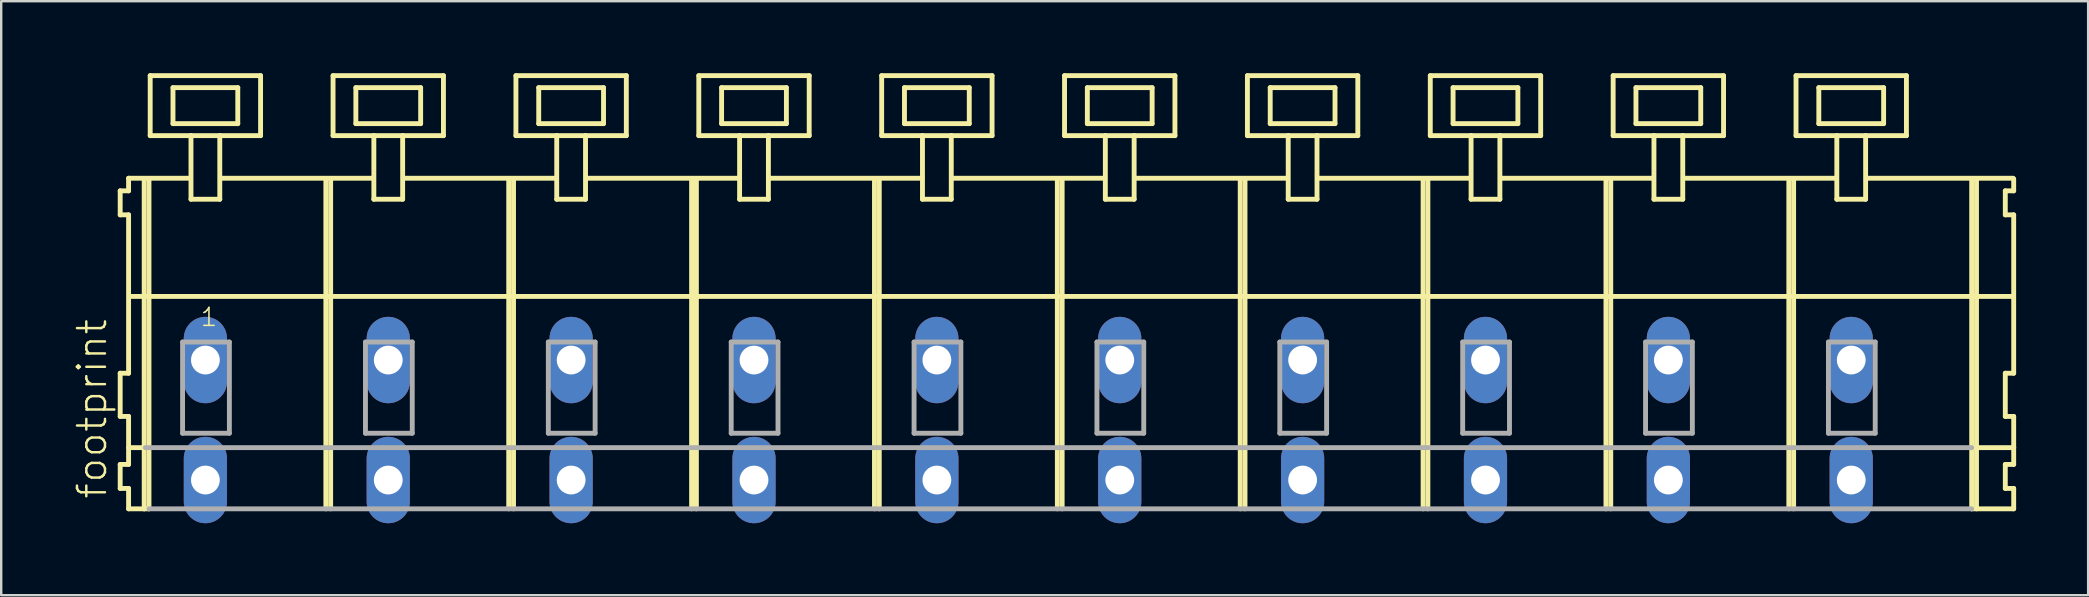
<source format=kicad_pcb>
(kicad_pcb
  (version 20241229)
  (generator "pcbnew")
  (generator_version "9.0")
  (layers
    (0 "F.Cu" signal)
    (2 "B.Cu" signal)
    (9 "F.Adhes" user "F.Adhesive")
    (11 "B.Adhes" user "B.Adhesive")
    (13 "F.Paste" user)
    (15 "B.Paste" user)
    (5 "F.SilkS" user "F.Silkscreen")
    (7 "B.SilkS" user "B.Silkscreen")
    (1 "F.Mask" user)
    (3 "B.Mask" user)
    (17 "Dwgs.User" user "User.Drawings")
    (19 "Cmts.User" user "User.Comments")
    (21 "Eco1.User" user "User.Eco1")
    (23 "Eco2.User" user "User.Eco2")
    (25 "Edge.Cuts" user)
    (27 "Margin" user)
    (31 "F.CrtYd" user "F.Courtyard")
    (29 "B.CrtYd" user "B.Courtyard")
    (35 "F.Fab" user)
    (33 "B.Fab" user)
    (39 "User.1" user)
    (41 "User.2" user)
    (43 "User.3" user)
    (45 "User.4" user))
  (footprint "footprint"
    (layer "F.Cu")
    (at 41.068 11.952)
    (property "Reference" "footprint" (at -39.595 5.855 90) (layer "F.SilkS") (effects (font (size 1.168 1.168) (thickness 0.102)) (justify left bottom)))
    (fp_line (start -39.11 -7.05) (end -39.11 -6.05) (stroke (width 0.203) (type solid)) (layer "F.SilkS"))
    (fp_line (start -39.11 -6.05) (end -38.76 -6.05) (stroke (width 0.203) (type solid)) (layer "F.SilkS"))
    (fp_line (start -39.11 0.55) (end -39.11 2.35) (stroke (width 0.203) (type solid)) (layer "F.SilkS"))
    (fp_line (start -39.11 2.35) (end -38.76 2.35) (stroke (width 0.203) (type solid)) (layer "F.SilkS"))
    (fp_line (start -39.11 4.35) (end -39.11 5.35) (stroke (width 0.203) (type solid)) (layer "F.SilkS"))
    (fp_line (start -39.11 5.35) (end -38.76 5.35) (stroke (width 0.203) (type solid)) (layer "F.SilkS"))
    (fp_line (start -38.76 -7.575) (end -38.76 -7.05) (stroke (width 0.203) (type solid)) (layer "F.SilkS"))
    (fp_line (start -38.76 -7.575) (end -36.185 -7.575) (stroke (width 0.203) (type solid)) (layer "F.SilkS"))
    (fp_line (start -38.76 -7.05) (end -39.11 -7.05) (stroke (width 0.203) (type solid)) (layer "F.SilkS"))
    (fp_line (start -38.76 -6.05) (end -38.76 0.55) (stroke (width 0.203) (type solid)) (layer "F.SilkS"))
    (fp_line (start -38.76 0.55) (end -39.11 0.55) (stroke (width 0.203) (type solid)) (layer "F.SilkS"))
    (fp_line (start -38.76 2.35) (end -38.76 4.35) (stroke (width 0.203) (type solid)) (layer "F.SilkS"))
    (fp_line (start -38.76 3.65) (end -38.06 3.65) (stroke (width 0.203) (type solid)) (layer "F.SilkS"))
    (fp_line (start -38.76 4.35) (end -39.11 4.35) (stroke (width 0.203) (type solid)) (layer "F.SilkS"))
    (fp_line (start -38.76 5.35) (end -38.76 6.2) (stroke (width 0.203) (type solid)) (layer "F.SilkS"))
    (fp_line (start -38.76 6.2) (end -38.11 6.2) (stroke (width 0.203) (type solid)) (layer "F.SilkS"))
    (fp_line (start -38.71 -2.65) (end 39.74 -2.65) (stroke (width 0.203) (type solid)) (layer "F.SilkS"))
    (fp_line (start -38.11 -7.55) (end -38.11 6.2) (stroke (width 0.203) (type solid)) (layer "F.SilkS"))
    (fp_line (start -38.11 6.2) (end -37.91 6.2) (stroke (width 0.203) (type solid)) (layer "F.SilkS"))
    (fp_line (start -37.91 -7.55) (end -37.91 6.2) (stroke (width 0.203) (type solid)) (layer "F.SilkS"))
    (fp_line (start -37.86 -11.85) (end -37.86 -9.35) (stroke (width 0.203) (type solid)) (layer "F.SilkS"))
    (fp_line (start -37.86 -9.35) (end -36.16 -9.35) (stroke (width 0.203) (type solid)) (layer "F.SilkS"))
    (fp_line (start -36.91 -11.35) (end -36.91 -9.85) (stroke (width 0.203) (type solid)) (layer "F.SilkS"))
    (fp_line (start -36.91 -9.85) (end -34.21 -9.85) (stroke (width 0.203) (type solid)) (layer "F.SilkS"))
    (fp_line (start -36.16 -9.35) (end -36.16 -6.7) (stroke (width 0.203) (type solid)) (layer "F.SilkS"))
    (fp_line (start -36.16 -9.35) (end -34.96 -9.35) (stroke (width 0.203) (type solid)) (layer "F.SilkS"))
    (fp_line (start -36.16 -6.7) (end -34.96 -6.7) (stroke (width 0.203) (type solid)) (layer "F.SilkS"))
    (fp_line (start -34.96 -9.35) (end -33.26 -9.35) (stroke (width 0.203) (type solid)) (layer "F.SilkS"))
    (fp_line (start -34.96 -6.7) (end -34.96 -9.35) (stroke (width 0.203) (type solid)) (layer "F.SilkS"))
    (fp_line (start -34.935 -7.575) (end -28.561 -7.575) (stroke (width 0.203) (type solid)) (layer "F.SilkS"))
    (fp_line (start -34.21 -11.35) (end -36.91 -11.35) (stroke (width 0.203) (type solid)) (layer "F.SilkS"))
    (fp_line (start -34.21 -9.85) (end -34.21 -11.35) (stroke (width 0.203) (type solid)) (layer "F.SilkS"))
    (fp_line (start -33.26 -11.85) (end -37.86 -11.85) (stroke (width 0.203) (type solid)) (layer "F.SilkS"))
    (fp_line (start -33.26 -9.35) (end -33.26 -11.85) (stroke (width 0.203) (type solid)) (layer "F.SilkS"))
    (fp_line (start -30.54 -7.55) (end -30.54 6.2) (stroke (width 0.203) (type solid)) (layer "F.SilkS"))
    (fp_line (start -30.34 -7.55) (end -30.34 6.2) (stroke (width 0.203) (type solid)) (layer "F.SilkS"))
    (fp_line (start -30.24 -11.85) (end -30.24 -9.35) (stroke (width 0.203) (type solid)) (layer "F.SilkS"))
    (fp_line (start -30.24 -9.35) (end -28.54 -9.35) (stroke (width 0.203) (type solid)) (layer "F.SilkS"))
    (fp_line (start -29.29 -11.35) (end -29.29 -9.85) (stroke (width 0.203) (type solid)) (layer "F.SilkS"))
    (fp_line (start -29.29 -9.85) (end -26.59 -9.85) (stroke (width 0.203) (type solid)) (layer "F.SilkS"))
    (fp_line (start -28.54 -9.35) (end -28.54 -6.7) (stroke (width 0.203) (type solid)) (layer "F.SilkS"))
    (fp_line (start -28.54 -9.35) (end -27.34 -9.35) (stroke (width 0.203) (type solid)) (layer "F.SilkS"))
    (fp_line (start -28.54 -6.7) (end -27.34 -6.7) (stroke (width 0.203) (type solid)) (layer "F.SilkS"))
    (fp_line (start -27.34 -9.35) (end -25.64 -9.35) (stroke (width 0.203) (type solid)) (layer "F.SilkS"))
    (fp_line (start -27.34 -6.7) (end -27.34 -9.35) (stroke (width 0.203) (type solid)) (layer "F.SilkS"))
    (fp_line (start -27.315 -7.575) (end -20.941 -7.575) (stroke (width 0.203) (type solid)) (layer "F.SilkS"))
    (fp_line (start -26.59 -11.35) (end -29.29 -11.35) (stroke (width 0.203) (type solid)) (layer "F.SilkS"))
    (fp_line (start -26.59 -9.85) (end -26.59 -11.35) (stroke (width 0.203) (type solid)) (layer "F.SilkS"))
    (fp_line (start -25.64 -11.85) (end -30.24 -11.85) (stroke (width 0.203) (type solid)) (layer "F.SilkS"))
    (fp_line (start -25.64 -9.35) (end -25.64 -11.85) (stroke (width 0.203) (type solid)) (layer "F.SilkS"))
    (fp_line (start -22.92 -7.55) (end -22.92 6.2) (stroke (width 0.203) (type solid)) (layer "F.SilkS"))
    (fp_line (start -22.72 -7.55) (end -22.72 6.2) (stroke (width 0.203) (type solid)) (layer "F.SilkS"))
    (fp_line (start -22.62 -11.85) (end -22.62 -9.35) (stroke (width 0.203) (type solid)) (layer "F.SilkS"))
    (fp_line (start -22.62 -9.35) (end -20.92 -9.35) (stroke (width 0.203) (type solid)) (layer "F.SilkS"))
    (fp_line (start -21.67 -11.35) (end -21.67 -9.85) (stroke (width 0.203) (type solid)) (layer "F.SilkS"))
    (fp_line (start -21.67 -9.85) (end -18.97 -9.85) (stroke (width 0.203) (type solid)) (layer "F.SilkS"))
    (fp_line (start -20.92 -9.35) (end -20.92 -6.7) (stroke (width 0.203) (type solid)) (layer "F.SilkS"))
    (fp_line (start -20.92 -9.35) (end -19.72 -9.35) (stroke (width 0.203) (type solid)) (layer "F.SilkS"))
    (fp_line (start -20.92 -6.7) (end -19.72 -6.7) (stroke (width 0.203) (type solid)) (layer "F.SilkS"))
    (fp_line (start -19.72 -9.35) (end -18.02 -9.35) (stroke (width 0.203) (type solid)) (layer "F.SilkS"))
    (fp_line (start -19.72 -6.7) (end -19.72 -9.35) (stroke (width 0.203) (type solid)) (layer "F.SilkS"))
    (fp_line (start -19.695 -7.575) (end -13.321 -7.575) (stroke (width 0.203) (type solid)) (layer "F.SilkS"))
    (fp_line (start -18.97 -11.35) (end -21.67 -11.35) (stroke (width 0.203) (type solid)) (layer "F.SilkS"))
    (fp_line (start -18.97 -9.85) (end -18.97 -11.35) (stroke (width 0.203) (type solid)) (layer "F.SilkS"))
    (fp_line (start -18.02 -11.85) (end -22.62 -11.85) (stroke (width 0.203) (type solid)) (layer "F.SilkS"))
    (fp_line (start -18.02 -9.35) (end -18.02 -11.85) (stroke (width 0.203) (type solid)) (layer "F.SilkS"))
    (fp_line (start -15.3 -7.55) (end -15.3 6.2) (stroke (width 0.203) (type solid)) (layer "F.SilkS"))
    (fp_line (start -15.1 -7.55) (end -15.1 6.2) (stroke (width 0.203) (type solid)) (layer "F.SilkS"))
    (fp_line (start -15 -11.85) (end -15 -9.35) (stroke (width 0.203) (type solid)) (layer "F.SilkS"))
    (fp_line (start -15 -9.35) (end -13.3 -9.35) (stroke (width 0.203) (type solid)) (layer "F.SilkS"))
    (fp_line (start -14.05 -11.35) (end -14.05 -9.85) (stroke (width 0.203) (type solid)) (layer "F.SilkS"))
    (fp_line (start -14.05 -9.85) (end -11.35 -9.85) (stroke (width 0.203) (type solid)) (layer "F.SilkS"))
    (fp_line (start -13.3 -9.35) (end -13.3 -6.7) (stroke (width 0.203) (type solid)) (layer "F.SilkS"))
    (fp_line (start -13.3 -9.35) (end -12.1 -9.35) (stroke (width 0.203) (type solid)) (layer "F.SilkS"))
    (fp_line (start -13.3 -6.7) (end -12.1 -6.7) (stroke (width 0.203) (type solid)) (layer "F.SilkS"))
    (fp_line (start -12.1 -9.35) (end -10.4 -9.35) (stroke (width 0.203) (type solid)) (layer "F.SilkS"))
    (fp_line (start -12.1 -6.7) (end -12.1 -9.35) (stroke (width 0.203) (type solid)) (layer "F.SilkS"))
    (fp_line (start -12.075 -7.575) (end -5.701 -7.575) (stroke (width 0.203) (type solid)) (layer "F.SilkS"))
    (fp_line (start -11.35 -11.35) (end -14.05 -11.35) (stroke (width 0.203) (type solid)) (layer "F.SilkS"))
    (fp_line (start -11.35 -9.85) (end -11.35 -11.35) (stroke (width 0.203) (type solid)) (layer "F.SilkS"))
    (fp_line (start -10.4 -11.85) (end -15 -11.85) (stroke (width 0.203) (type solid)) (layer "F.SilkS"))
    (fp_line (start -10.4 -9.35) (end -10.4 -11.85) (stroke (width 0.203) (type solid)) (layer "F.SilkS"))
    (fp_line (start -7.68 -7.55) (end -7.68 6.2) (stroke (width 0.203) (type solid)) (layer "F.SilkS"))
    (fp_line (start -7.48 -7.55) (end -7.48 6.2) (stroke (width 0.203) (type solid)) (layer "F.SilkS"))
    (fp_line (start -7.38 -11.85) (end -7.38 -9.35) (stroke (width 0.203) (type solid)) (layer "F.SilkS"))
    (fp_line (start -7.38 -9.35) (end -5.68 -9.35) (stroke (width 0.203) (type solid)) (layer "F.SilkS"))
    (fp_line (start -6.43 -11.35) (end -6.43 -9.85) (stroke (width 0.203) (type solid)) (layer "F.SilkS"))
    (fp_line (start -6.43 -9.85) (end -3.73 -9.85) (stroke (width 0.203) (type solid)) (layer "F.SilkS"))
    (fp_line (start -5.68 -9.35) (end -5.68 -6.7) (stroke (width 0.203) (type solid)) (layer "F.SilkS"))
    (fp_line (start -5.68 -9.35) (end -4.48 -9.35) (stroke (width 0.203) (type solid)) (layer "F.SilkS"))
    (fp_line (start -5.68 -6.7) (end -4.48 -6.7) (stroke (width 0.203) (type solid)) (layer "F.SilkS"))
    (fp_line (start -4.48 -9.35) (end -2.78 -9.35) (stroke (width 0.203) (type solid)) (layer "F.SilkS"))
    (fp_line (start -4.48 -6.7) (end -4.48 -9.35) (stroke (width 0.203) (type solid)) (layer "F.SilkS"))
    (fp_line (start -4.455 -7.575) (end 1.919 -7.575) (stroke (width 0.203) (type solid)) (layer "F.SilkS"))
    (fp_line (start -3.73 -11.35) (end -6.43 -11.35) (stroke (width 0.203) (type solid)) (layer "F.SilkS"))
    (fp_line (start -3.73 -9.85) (end -3.73 -11.35) (stroke (width 0.203) (type solid)) (layer "F.SilkS"))
    (fp_line (start -2.78 -11.85) (end -7.38 -11.85) (stroke (width 0.203) (type solid)) (layer "F.SilkS"))
    (fp_line (start -2.78 -9.35) (end -2.78 -11.85) (stroke (width 0.203) (type solid)) (layer "F.SilkS"))
    (fp_line (start -0.06 -7.55) (end -0.06 6.2) (stroke (width 0.203) (type solid)) (layer "F.SilkS"))
    (fp_line (start 0.14 -7.55) (end 0.14 6.2) (stroke (width 0.203) (type solid)) (layer "F.SilkS"))
    (fp_line (start 0.24 -11.85) (end 0.24 -9.35) (stroke (width 0.203) (type solid)) (layer "F.SilkS"))
    (fp_line (start 0.24 -9.35) (end 1.94 -9.35) (stroke (width 0.203) (type solid)) (layer "F.SilkS"))
    (fp_line (start 1.19 -11.35) (end 1.19 -9.85) (stroke (width 0.203) (type solid)) (layer "F.SilkS"))
    (fp_line (start 1.19 -9.85) (end 3.89 -9.85) (stroke (width 0.203) (type solid)) (layer "F.SilkS"))
    (fp_line (start 1.94 -9.35) (end 1.94 -6.7) (stroke (width 0.203) (type solid)) (layer "F.SilkS"))
    (fp_line (start 1.94 -9.35) (end 3.14 -9.35) (stroke (width 0.203) (type solid)) (layer "F.SilkS"))
    (fp_line (start 1.94 -6.7) (end 3.14 -6.7) (stroke (width 0.203) (type solid)) (layer "F.SilkS"))
    (fp_line (start 3.14 -9.35) (end 4.84 -9.35) (stroke (width 0.203) (type solid)) (layer "F.SilkS"))
    (fp_line (start 3.14 -6.7) (end 3.14 -9.35) (stroke (width 0.203) (type solid)) (layer "F.SilkS"))
    (fp_line (start 3.165 -7.575) (end 9.539 -7.575) (stroke (width 0.203) (type solid)) (layer "F.SilkS"))
    (fp_line (start 3.89 -11.35) (end 1.19 -11.35) (stroke (width 0.203) (type solid)) (layer "F.SilkS"))
    (fp_line (start 3.89 -9.85) (end 3.89 -11.35) (stroke (width 0.203) (type solid)) (layer "F.SilkS"))
    (fp_line (start 4.84 -11.85) (end 0.24 -11.85) (stroke (width 0.203) (type solid)) (layer "F.SilkS"))
    (fp_line (start 4.84 -9.35) (end 4.84 -11.85) (stroke (width 0.203) (type solid)) (layer "F.SilkS"))
    (fp_line (start 7.56 -7.55) (end 7.56 6.2) (stroke (width 0.203) (type solid)) (layer "F.SilkS"))
    (fp_line (start 7.76 -7.55) (end 7.76 6.2) (stroke (width 0.203) (type solid)) (layer "F.SilkS"))
    (fp_line (start 7.86 -11.85) (end 7.86 -9.35) (stroke (width 0.203) (type solid)) (layer "F.SilkS"))
    (fp_line (start 7.86 -9.35) (end 9.56 -9.35) (stroke (width 0.203) (type solid)) (layer "F.SilkS"))
    (fp_line (start 8.81 -11.35) (end 8.81 -9.85) (stroke (width 0.203) (type solid)) (layer "F.SilkS"))
    (fp_line (start 8.81 -9.85) (end 11.51 -9.85) (stroke (width 0.203) (type solid)) (layer "F.SilkS"))
    (fp_line (start 9.56 -9.35) (end 9.56 -6.7) (stroke (width 0.203) (type solid)) (layer "F.SilkS"))
    (fp_line (start 9.56 -9.35) (end 10.76 -9.35) (stroke (width 0.203) (type solid)) (layer "F.SilkS"))
    (fp_line (start 9.56 -6.7) (end 10.76 -6.7) (stroke (width 0.203) (type solid)) (layer "F.SilkS"))
    (fp_line (start 10.76 -9.35) (end 12.46 -9.35) (stroke (width 0.203) (type solid)) (layer "F.SilkS"))
    (fp_line (start 10.76 -6.7) (end 10.76 -9.35) (stroke (width 0.203) (type solid)) (layer "F.SilkS"))
    (fp_line (start 10.785 -7.575) (end 17.159 -7.575) (stroke (width 0.203) (type solid)) (layer "F.SilkS"))
    (fp_line (start 11.51 -11.35) (end 8.81 -11.35) (stroke (width 0.203) (type solid)) (layer "F.SilkS"))
    (fp_line (start 11.51 -9.85) (end 11.51 -11.35) (stroke (width 0.203) (type solid)) (layer "F.SilkS"))
    (fp_line (start 12.46 -11.85) (end 7.86 -11.85) (stroke (width 0.203) (type solid)) (layer "F.SilkS"))
    (fp_line (start 12.46 -9.35) (end 12.46 -11.85) (stroke (width 0.203) (type solid)) (layer "F.SilkS"))
    (fp_line (start 15.18 -7.55) (end 15.18 6.2) (stroke (width 0.203) (type solid)) (layer "F.SilkS"))
    (fp_line (start 15.38 -7.55) (end 15.38 6.2) (stroke (width 0.203) (type solid)) (layer "F.SilkS"))
    (fp_line (start 15.48 -11.85) (end 15.48 -9.35) (stroke (width 0.203) (type solid)) (layer "F.SilkS"))
    (fp_line (start 15.48 -9.35) (end 17.18 -9.35) (stroke (width 0.203) (type solid)) (layer "F.SilkS"))
    (fp_line (start 16.43 -11.35) (end 16.43 -9.85) (stroke (width 0.203) (type solid)) (layer "F.SilkS"))
    (fp_line (start 16.43 -9.85) (end 19.13 -9.85) (stroke (width 0.203) (type solid)) (layer "F.SilkS"))
    (fp_line (start 17.18 -9.35) (end 17.18 -6.7) (stroke (width 0.203) (type solid)) (layer "F.SilkS"))
    (fp_line (start 17.18 -9.35) (end 18.38 -9.35) (stroke (width 0.203) (type solid)) (layer "F.SilkS"))
    (fp_line (start 17.18 -6.7) (end 18.38 -6.7) (stroke (width 0.203) (type solid)) (layer "F.SilkS"))
    (fp_line (start 18.38 -9.35) (end 20.08 -9.35) (stroke (width 0.203) (type solid)) (layer "F.SilkS"))
    (fp_line (start 18.38 -6.7) (end 18.38 -9.35) (stroke (width 0.203) (type solid)) (layer "F.SilkS"))
    (fp_line (start 18.405 -7.575) (end 24.779 -7.575) (stroke (width 0.203) (type solid)) (layer "F.SilkS"))
    (fp_line (start 19.13 -11.35) (end 16.43 -11.35) (stroke (width 0.203) (type solid)) (layer "F.SilkS"))
    (fp_line (start 19.13 -9.85) (end 19.13 -11.35) (stroke (width 0.203) (type solid)) (layer "F.SilkS"))
    (fp_line (start 20.08 -11.85) (end 15.48 -11.85) (stroke (width 0.203) (type solid)) (layer "F.SilkS"))
    (fp_line (start 20.08 -9.35) (end 20.08 -11.85) (stroke (width 0.203) (type solid)) (layer "F.SilkS"))
    (fp_line (start 22.8 -7.55) (end 22.8 6.2) (stroke (width 0.203) (type solid)) (layer "F.SilkS"))
    (fp_line (start 23 -7.55) (end 23 6.2) (stroke (width 0.203) (type solid)) (layer "F.SilkS"))
    (fp_line (start 23.1 -11.85) (end 23.1 -9.35) (stroke (width 0.203) (type solid)) (layer "F.SilkS"))
    (fp_line (start 23.1 -9.35) (end 24.8 -9.35) (stroke (width 0.203) (type solid)) (layer "F.SilkS"))
    (fp_line (start 24.05 -11.35) (end 24.05 -9.85) (stroke (width 0.203) (type solid)) (layer "F.SilkS"))
    (fp_line (start 24.05 -9.85) (end 26.75 -9.85) (stroke (width 0.203) (type solid)) (layer "F.SilkS"))
    (fp_line (start 24.8 -9.35) (end 24.8 -6.7) (stroke (width 0.203) (type solid)) (layer "F.SilkS"))
    (fp_line (start 24.8 -9.35) (end 26 -9.35) (stroke (width 0.203) (type solid)) (layer "F.SilkS"))
    (fp_line (start 24.8 -6.7) (end 26 -6.7) (stroke (width 0.203) (type solid)) (layer "F.SilkS"))
    (fp_line (start 26 -9.35) (end 27.7 -9.35) (stroke (width 0.203) (type solid)) (layer "F.SilkS"))
    (fp_line (start 26 -6.7) (end 26 -9.35) (stroke (width 0.203) (type solid)) (layer "F.SilkS"))
    (fp_line (start 26.025 -7.575) (end 32.399 -7.575) (stroke (width 0.203) (type solid)) (layer "F.SilkS"))
    (fp_line (start 26.75 -11.35) (end 24.05 -11.35) (stroke (width 0.203) (type solid)) (layer "F.SilkS"))
    (fp_line (start 26.75 -9.85) (end 26.75 -11.35) (stroke (width 0.203) (type solid)) (layer "F.SilkS"))
    (fp_line (start 27.7 -11.85) (end 23.1 -11.85) (stroke (width 0.203) (type solid)) (layer "F.SilkS"))
    (fp_line (start 27.7 -9.35) (end 27.7 -11.85) (stroke (width 0.203) (type solid)) (layer "F.SilkS"))
    (fp_line (start 30.42 -7.55) (end 30.42 6.2) (stroke (width 0.203) (type solid)) (layer "F.SilkS"))
    (fp_line (start 30.62 -7.55) (end 30.62 6.2) (stroke (width 0.203) (type solid)) (layer "F.SilkS"))
    (fp_line (start 30.72 -11.85) (end 30.72 -9.35) (stroke (width 0.203) (type solid)) (layer "F.SilkS"))
    (fp_line (start 30.72 -9.35) (end 32.42 -9.35) (stroke (width 0.203) (type solid)) (layer "F.SilkS"))
    (fp_line (start 31.67 -11.35) (end 31.67 -9.85) (stroke (width 0.203) (type solid)) (layer "F.SilkS"))
    (fp_line (start 31.67 -9.85) (end 34.37 -9.85) (stroke (width 0.203) (type solid)) (layer "F.SilkS"))
    (fp_line (start 32.42 -9.35) (end 32.42 -6.7) (stroke (width 0.203) (type solid)) (layer "F.SilkS"))
    (fp_line (start 32.42 -9.35) (end 33.62 -9.35) (stroke (width 0.203) (type solid)) (layer "F.SilkS"))
    (fp_line (start 32.42 -6.7) (end 33.62 -6.7) (stroke (width 0.203) (type solid)) (layer "F.SilkS"))
    (fp_line (start 33.62 -9.35) (end 35.32 -9.35) (stroke (width 0.203) (type solid)) (layer "F.SilkS"))
    (fp_line (start 33.62 -6.7) (end 33.62 -9.35) (stroke (width 0.203) (type solid)) (layer "F.SilkS"))
    (fp_line (start 33.645 -7.575) (end 39.765 -7.575) (stroke (width 0.203) (type solid)) (layer "F.SilkS"))
    (fp_line (start 34.37 -11.35) (end 31.67 -11.35) (stroke (width 0.203) (type solid)) (layer "F.SilkS"))
    (fp_line (start 34.37 -9.85) (end 34.37 -11.35) (stroke (width 0.203) (type solid)) (layer "F.SilkS"))
    (fp_line (start 35.32 -11.85) (end 30.72 -11.85) (stroke (width 0.203) (type solid)) (layer "F.SilkS"))
    (fp_line (start 35.32 -9.35) (end 35.32 -11.85) (stroke (width 0.203) (type solid)) (layer "F.SilkS"))
    (fp_line (start 38.04 -7.55) (end 38.04 6.2) (stroke (width 0.203) (type solid)) (layer "F.SilkS"))
    (fp_line (start 38.04 6.2) (end 39.79 6.2) (stroke (width 0.203) (type solid)) (layer "F.SilkS"))
    (fp_line (start 38.09 3.65) (end 39.79 3.65) (stroke (width 0.203) (type solid)) (layer "F.SilkS"))
    (fp_line (start 38.24 -7.55) (end 38.24 6.2) (stroke (width 0.203) (type solid)) (layer "F.SilkS"))
    (fp_line (start 39.44 -7.05) (end 39.44 -6.05) (stroke (width 0.203) (type solid)) (layer "F.SilkS"))
    (fp_line (start 39.44 -6.05) (end 39.79 -6.05) (stroke (width 0.203) (type solid)) (layer "F.SilkS"))
    (fp_line (start 39.44 0.55) (end 39.44 2.35) (stroke (width 0.203) (type solid)) (layer "F.SilkS"))
    (fp_line (start 39.44 2.35) (end 39.79 2.35) (stroke (width 0.203) (type solid)) (layer "F.SilkS"))
    (fp_line (start 39.44 4.35) (end 39.44 5.35) (stroke (width 0.203) (type solid)) (layer "F.SilkS"))
    (fp_line (start 39.44 5.35) (end 39.79 5.35) (stroke (width 0.203) (type solid)) (layer "F.SilkS"))
    (fp_line (start 39.79 -7.05) (end 39.44 -7.05) (stroke (width 0.203) (type solid)) (layer "F.SilkS"))
    (fp_line (start 39.79 -7.05) (end 39.79 -7.55) (stroke (width 0.203) (type solid)) (layer "F.SilkS"))
    (fp_line (start 39.79 0.55) (end 39.44 0.55) (stroke (width 0.203) (type solid)) (layer "F.SilkS"))
    (fp_line (start 39.79 0.55) (end 39.79 -6.05) (stroke (width 0.203) (type solid)) (layer "F.SilkS"))
    (fp_line (start 39.79 3.65) (end 39.79 2.35) (stroke (width 0.203) (type solid)) (layer "F.SilkS"))
    (fp_line (start 39.79 4.35) (end 39.44 4.35) (stroke (width 0.203) (type solid)) (layer "F.SilkS"))
    (fp_line (start 39.79 4.35) (end 39.79 3.65) (stroke (width 0.203) (type solid)) (layer "F.SilkS"))
    (fp_line (start 39.79 6.2) (end 39.79 5.35) (stroke (width 0.203) (type solid)) (layer "F.SilkS"))
    (fp_line (start -38.06 3.65) (end 38.04 3.65) (stroke (width 0.203) (type solid)) (layer "F.Fab"))
    (fp_line (start -37.91 6.2) (end 38.04 6.2) (stroke (width 0.203) (type solid)) (layer "F.Fab"))
    (fp_line (start -36.51 -0.75) (end -36.51 3.05) (stroke (width 0.203) (type solid)) (layer "F.Fab"))
    (fp_line (start -36.51 3.05) (end -34.56 3.05) (stroke (width 0.203) (type solid)) (layer "F.Fab"))
    (fp_line (start -34.56 -0.75) (end -36.51 -0.75) (stroke (width 0.203) (type solid)) (layer "F.Fab"))
    (fp_line (start -34.56 3.05) (end -34.56 -0.75) (stroke (width 0.203) (type solid)) (layer "F.Fab"))
    (fp_line (start -28.89 -0.75) (end -28.89 3.05) (stroke (width 0.203) (type solid)) (layer "F.Fab"))
    (fp_line (start -28.89 3.05) (end -26.94 3.05) (stroke (width 0.203) (type solid)) (layer "F.Fab"))
    (fp_line (start -26.94 -0.75) (end -28.89 -0.75) (stroke (width 0.203) (type solid)) (layer "F.Fab"))
    (fp_line (start -26.94 3.05) (end -26.94 -0.75) (stroke (width 0.203) (type solid)) (layer "F.Fab"))
    (fp_line (start -21.27 -0.75) (end -21.27 3.05) (stroke (width 0.203) (type solid)) (layer "F.Fab"))
    (fp_line (start -21.27 3.05) (end -19.32 3.05) (stroke (width 0.203) (type solid)) (layer "F.Fab"))
    (fp_line (start -19.32 -0.75) (end -21.27 -0.75) (stroke (width 0.203) (type solid)) (layer "F.Fab"))
    (fp_line (start -19.32 3.05) (end -19.32 -0.75) (stroke (width 0.203) (type solid)) (layer "F.Fab"))
    (fp_line (start -13.65 -0.75) (end -13.65 3.05) (stroke (width 0.203) (type solid)) (layer "F.Fab"))
    (fp_line (start -13.65 3.05) (end -11.7 3.05) (stroke (width 0.203) (type solid)) (layer "F.Fab"))
    (fp_line (start -11.7 -0.75) (end -13.65 -0.75) (stroke (width 0.203) (type solid)) (layer "F.Fab"))
    (fp_line (start -11.7 3.05) (end -11.7 -0.75) (stroke (width 0.203) (type solid)) (layer "F.Fab"))
    (fp_line (start -6.03 -0.75) (end -6.03 3.05) (stroke (width 0.203) (type solid)) (layer "F.Fab"))
    (fp_line (start -6.03 3.05) (end -4.08 3.05) (stroke (width 0.203) (type solid)) (layer "F.Fab"))
    (fp_line (start -4.08 -0.75) (end -6.03 -0.75) (stroke (width 0.203) (type solid)) (layer "F.Fab"))
    (fp_line (start -4.08 3.05) (end -4.08 -0.75) (stroke (width 0.203) (type solid)) (layer "F.Fab"))
    (fp_line (start 1.59 -0.75) (end 1.59 3.05) (stroke (width 0.203) (type solid)) (layer "F.Fab"))
    (fp_line (start 1.59 3.05) (end 3.54 3.05) (stroke (width 0.203) (type solid)) (layer "F.Fab"))
    (fp_line (start 3.54 -0.75) (end 1.59 -0.75) (stroke (width 0.203) (type solid)) (layer "F.Fab"))
    (fp_line (start 3.54 3.05) (end 3.54 -0.75) (stroke (width 0.203) (type solid)) (layer "F.Fab"))
    (fp_line (start 9.21 -0.75) (end 9.21 3.05) (stroke (width 0.203) (type solid)) (layer "F.Fab"))
    (fp_line (start 9.21 3.05) (end 11.16 3.05) (stroke (width 0.203) (type solid)) (layer "F.Fab"))
    (fp_line (start 11.16 -0.75) (end 9.21 -0.75) (stroke (width 0.203) (type solid)) (layer "F.Fab"))
    (fp_line (start 11.16 3.05) (end 11.16 -0.75) (stroke (width 0.203) (type solid)) (layer "F.Fab"))
    (fp_line (start 16.83 -0.75) (end 16.83 3.05) (stroke (width 0.203) (type solid)) (layer "F.Fab"))
    (fp_line (start 16.83 3.05) (end 18.78 3.05) (stroke (width 0.203) (type solid)) (layer "F.Fab"))
    (fp_line (start 18.78 -0.75) (end 16.83 -0.75) (stroke (width 0.203) (type solid)) (layer "F.Fab"))
    (fp_line (start 18.78 3.05) (end 18.78 -0.75) (stroke (width 0.203) (type solid)) (layer "F.Fab"))
    (fp_line (start 24.45 -0.75) (end 24.45 3.05) (stroke (width 0.203) (type solid)) (layer "F.Fab"))
    (fp_line (start 24.45 3.05) (end 26.4 3.05) (stroke (width 0.203) (type solid)) (layer "F.Fab"))
    (fp_line (start 26.4 -0.75) (end 24.45 -0.75) (stroke (width 0.203) (type solid)) (layer "F.Fab"))
    (fp_line (start 26.4 3.05) (end 26.4 -0.75) (stroke (width 0.203) (type solid)) (layer "F.Fab"))
    (fp_line (start 32.07 -0.75) (end 32.07 3.05) (stroke (width 0.203) (type solid)) (layer "F.Fab"))
    (fp_line (start 32.07 3.05) (end 34.02 3.05) (stroke (width 0.203) (type solid)) (layer "F.Fab"))
    (fp_line (start 34.02 -0.75) (end 32.07 -0.75) (stroke (width 0.203) (type solid)) (layer "F.Fab"))
    (fp_line (start 34.02 3.05) (end 34.02 -0.75) (stroke (width 0.203) (type solid)) (layer "F.Fab"))
    (fp_text user "1" (at -35.81 -1.35 0) (layer "F.SilkS") (effects (font (size 0.748 0.748) (thickness 0.065)) (justify left bottom)))
    (pad "A1" thru_hole oval (at -35.56 0 90) (size 3.6 1.8) (drill 1.2) (layers "*.Cu" "*.Mask"))
    (pad "A2" thru_hole oval (at -27.94 0 90) (size 3.6 1.8) (drill 1.2) (layers "*.Cu" "*.Mask"))
    (pad "A3" thru_hole oval (at -20.32 0 90) (size 3.6 1.8) (drill 1.2) (layers "*.Cu" "*.Mask"))
    (pad "A4" thru_hole oval (at -12.7 0 90) (size 3.6 1.8) (drill 1.2) (layers "*.Cu" "*.Mask"))
    (pad "A5" thru_hole oval (at -5.08 0 90) (size 3.6 1.8) (drill 1.2) (layers "*.Cu" "*.Mask"))
    (pad "A6" thru_hole oval (at 2.54 0 90) (size 3.6 1.8) (drill 1.2) (layers "*.Cu" "*.Mask"))
    (pad "A7" thru_hole oval (at 10.16 0 90) (size 3.6 1.8) (drill 1.2) (layers "*.Cu" "*.Mask"))
    (pad "A8" thru_hole oval (at 17.78 0 90) (size 3.6 1.8) (drill 1.2) (layers "*.Cu" "*.Mask"))
    (pad "A9" thru_hole oval (at 25.4 0 90) (size 3.6 1.8) (drill 1.2) (layers "*.Cu" "*.Mask"))
    (pad "A10" thru_hole oval (at 33.02 0 90) (size 3.6 1.8) (drill 1.2) (layers "*.Cu" "*.Mask"))
    (pad "B1" thru_hole oval (at -35.56 5 90) (size 3.6 1.8) (drill 1.2) (layers "*.Cu" "*.Mask"))
    (pad "B2" thru_hole oval (at -27.94 5 90) (size 3.6 1.8) (drill 1.2) (layers "*.Cu" "*.Mask"))
    (pad "B3" thru_hole oval (at -20.32 5 90) (size 3.6 1.8) (drill 1.2) (layers "*.Cu" "*.Mask"))
    (pad "B4" thru_hole oval (at -12.7 5 90) (size 3.6 1.8) (drill 1.2) (layers "*.Cu" "*.Mask"))
    (pad "B5" thru_hole oval (at -5.08 5 90) (size 3.6 1.8) (drill 1.2) (layers "*.Cu" "*.Mask"))
    (pad "B6" thru_hole oval (at 2.54 5 90) (size 3.6 1.8) (drill 1.2) (layers "*.Cu" "*.Mask"))
    (pad "B7" thru_hole oval (at 10.16 5 90) (size 3.6 1.8) (drill 1.2) (layers "*.Cu" "*.Mask"))
    (pad "B8" thru_hole oval (at 17.78 5 90) (size 3.6 1.8) (drill 1.2) (layers "*.Cu" "*.Mask"))
    (pad "B9" thru_hole oval (at 25.4 5 90) (size 3.6 1.8) (drill 1.2) (layers "*.Cu" "*.Mask"))
    (pad "B10" thru_hole oval (at 33.02 5 90) (size 3.6 1.8) (drill 1.2) (layers "*.Cu" "*.Mask")))
  (gr_rect
    (start -3 -3)
    (end 83.96 21.752)
    (stroke (width 0.1) (type default))
    (fill no)
    (layer "Edge.Cuts")))
</source>
